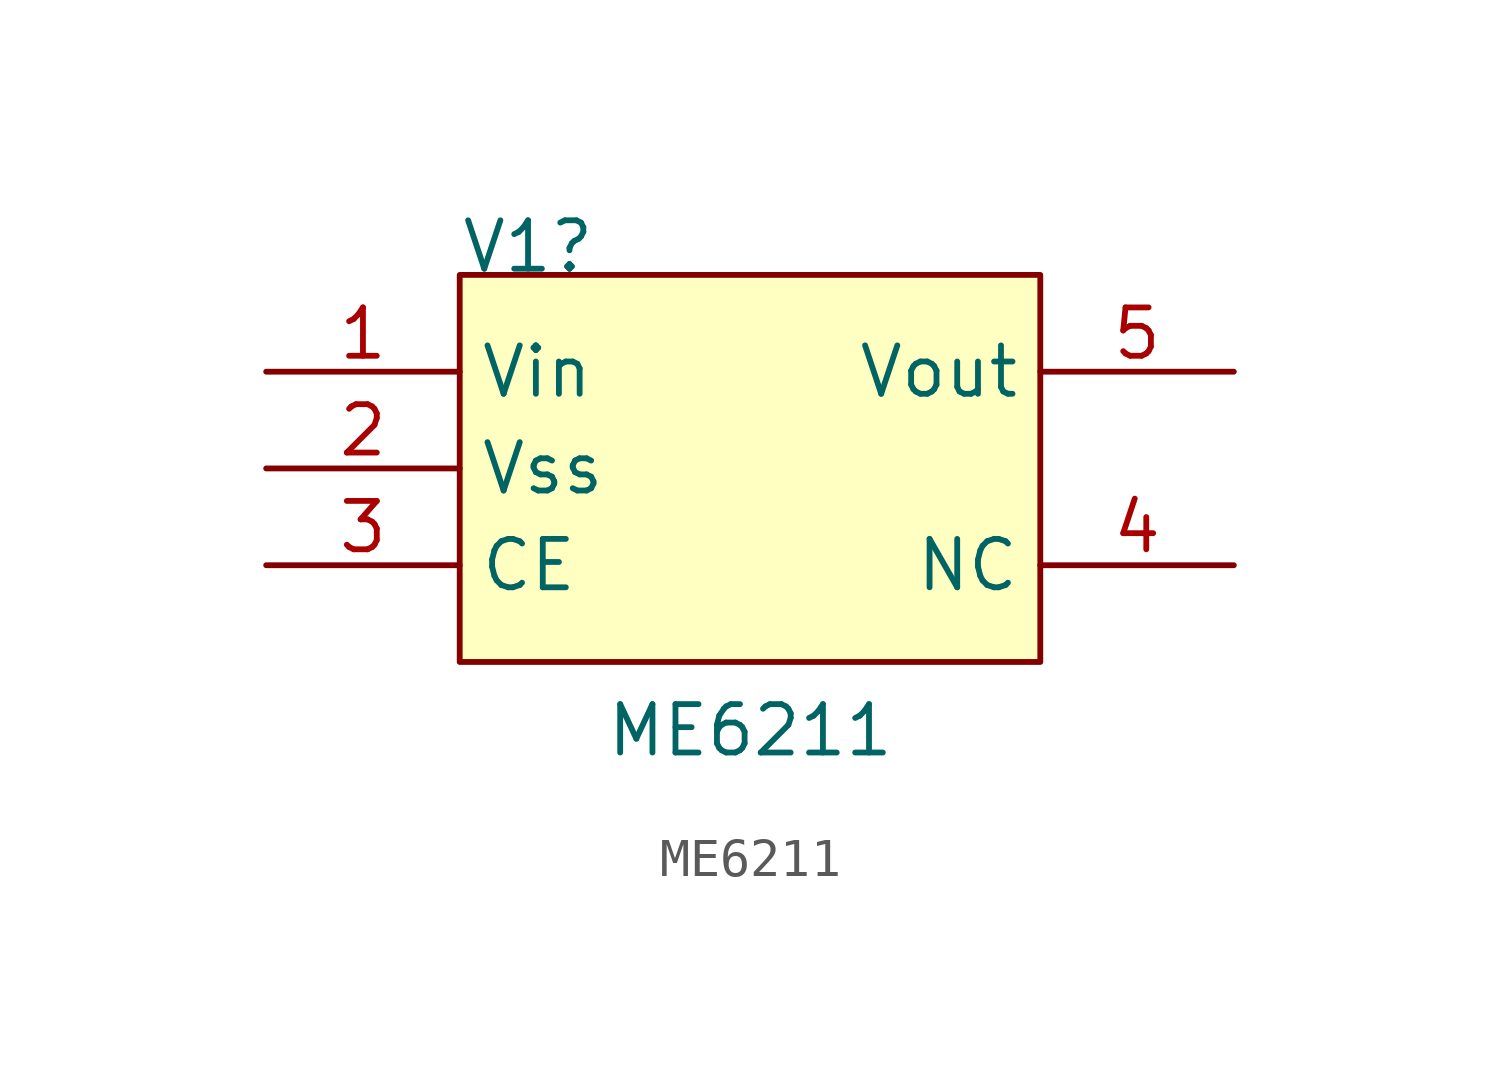
<source format=kicad_sym>
(kicad_symbol_lib
  (version 20220914)
  (generator kicad_symbol_editor)
  (symbol "ME6211"
    (property "Reference" "V1"
      (at 5.08 2.54 0)
      (effects (font (size 1.27 1.27)) (justify left bottom)))
    (property "Value" "ME6211"
      (at 8.89 -10.16 0)
      (effects (font (size 1.27 1.27)) (justify left bottom)))
    (symbol "ME6211_1_0"
      (rectangle (start 5.08 2.54) (end 20.32 -7.62) (stroke (width 0) (type default)) (fill (type background)))
      (pin passive line (at 0 0 0) (length 5.08) (name "Vin" (effects (font (size 1.27 1.27)))) (number "1" (effects (font (size 1.27 1.27)))))
      (pin passive line (at 0 -2.54 0) (length 5.08) (name "Vss" (effects (font (size 1.27 1.27)))) (number "2" (effects (font (size 1.27 1.27)))))
      (pin passive line (at 0 -5.08 0) (length 5.08) (name "CE" (effects (font (size 1.27 1.27)))) (number "3" (effects (font (size 1.27 1.27)))))
      (pin passive line (at 25.4 -5.08 180) (length 5.08) (name "NC" (effects (font (size 1.27 1.27)))) (number "4" (effects (font (size 1.27 1.27)))))
      (pin passive line (at 25.4 0 180) (length 5.08) (name "Vout" (effects (font (size 1.27 1.27)))) (number "5" (effects (font (size 1.27 1.27))))))))
</source>
